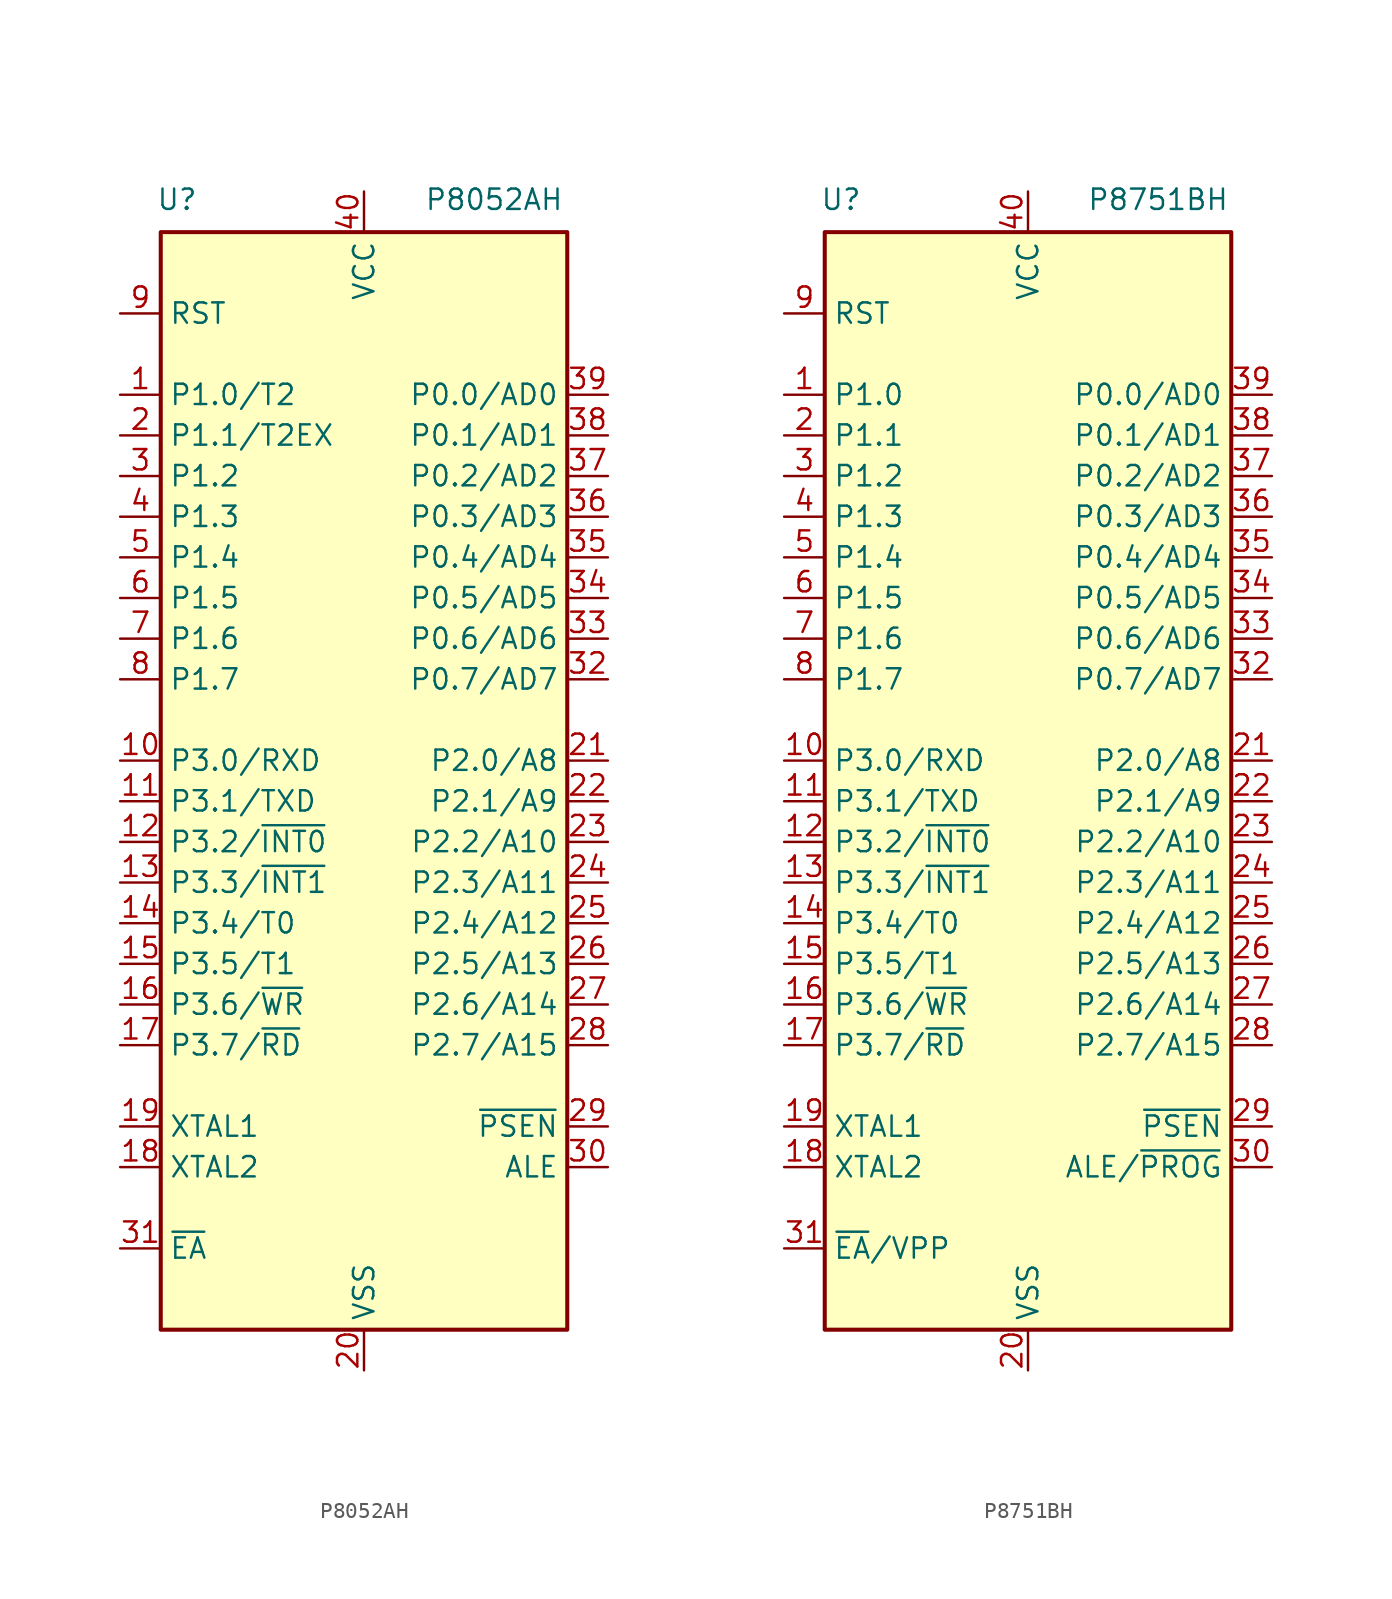
<source format=kicad_sym>
(kicad_symbol_lib
  (version 20241209)
  (generator "kicad_symbol_editor")
  (generator_version "9.0")
  (symbol "P8052AH"
    (property "Reference" "U"
      (at -11.684 35.052 0)
      (effects (font (size 1.27 1.27))))
    (property "Value" "P8052AH"
      (at 8.128 35.052 0)
      (effects (font (size 1.27 1.27))))
    (symbol "P8052AH_1_0"
      (pin bidirectional line (at -15.24 17.78 0) (length 2.54) (name "P1.2" (effects (font (size 1.27 1.27)))) (number "3" (effects (font (size 1.27 1.27))))))
    (symbol "P8052AH_1_1"
      (polyline (pts (xy -12.7 33.02) (xy 12.7 33.02) (xy 12.7 -35.56) (xy -12.7 -35.56) (xy -12.7 33.02)) (stroke (width 0.254) (type default)) (fill (type background)))
      (pin input line (at -15.24 27.94 0) (length 2.54) (name "RST" (effects (font (size 1.27 1.27)))) (number "9" (effects (font (size 1.27 1.27)))))
      (pin bidirectional line (at -15.24 22.86 0) (length 2.54) (name "P1.0/T2" (effects (font (size 1.27 1.27)))) (number "1" (effects (font (size 1.27 1.27)))))
      (pin bidirectional line (at -15.24 20.32 0) (length 2.54) (name "P1.1/T2EX" (effects (font (size 1.27 1.27)))) (number "2" (effects (font (size 1.27 1.27)))))
      (pin bidirectional line (at -15.24 15.24 0) (length 2.54) (name "P1.3" (effects (font (size 1.27 1.27)))) (number "4" (effects (font (size 1.27 1.27)))))
      (pin bidirectional line (at -15.24 12.7 0) (length 2.54) (name "P1.4" (effects (font (size 1.27 1.27)))) (number "5" (effects (font (size 1.27 1.27)))))
      (pin bidirectional line (at -15.24 10.16 0) (length 2.54) (name "P1.5" (effects (font (size 1.27 1.27)))) (number "6" (effects (font (size 1.27 1.27)))) (alternate "MOSI" output line))
      (pin bidirectional line (at -15.24 7.62 0) (length 2.54) (name "P1.6" (effects (font (size 1.27 1.27)))) (number "7" (effects (font (size 1.27 1.27)))) (alternate "MISO" input line))
      (pin bidirectional line (at -15.24 5.08 0) (length 2.54) (name "P1.7" (effects (font (size 1.27 1.27)))) (number "8" (effects (font (size 1.27 1.27)))))
      (pin bidirectional line (at -15.24 0 0) (length 2.54) (name "P3.0/RXD" (effects (font (size 1.27 1.27)))) (number "10" (effects (font (size 1.27 1.27)))) (alternate "RXD" input line))
      (pin bidirectional line (at -15.24 -2.54 0) (length 2.54) (name "P3.1/TXD" (effects (font (size 1.27 1.27)))) (number "11" (effects (font (size 1.27 1.27)))) (alternate "TXD" output line))
      (pin bidirectional line (at -15.24 -5.08 0) (length 2.54) (name "P3.2/~{INT0}" (effects (font (size 1.27 1.27)))) (number "12" (effects (font (size 1.27 1.27)))) (alternate "~{INT0}" input line))
      (pin bidirectional line (at -15.24 -7.62 0) (length 2.54) (name "P3.3/~{INT1}" (effects (font (size 1.27 1.27)))) (number "13" (effects (font (size 1.27 1.27)))) (alternate "~{INT1}" input line))
      (pin bidirectional line (at -15.24 -10.16 0) (length 2.54) (name "P3.4/T0" (effects (font (size 1.27 1.27)))) (number "14" (effects (font (size 1.27 1.27)))) (alternate "T0" input line))
      (pin bidirectional line (at -15.24 -12.7 0) (length 2.54) (name "P3.5/T1" (effects (font (size 1.27 1.27)))) (number "15" (effects (font (size 1.27 1.27)))) (alternate "T1" input line))
      (pin bidirectional line (at -15.24 -15.24 0) (length 2.54) (name "P3.6/~{WR}" (effects (font (size 1.27 1.27)))) (number "16" (effects (font (size 1.27 1.27)))) (alternate "~{WR}" output line))
      (pin bidirectional line (at -15.24 -17.78 0) (length 2.54) (name "P3.7/~{RD}" (effects (font (size 1.27 1.27)))) (number "17" (effects (font (size 1.27 1.27)))) (alternate "~{RD}" input line))
      (pin input line (at -15.24 -22.86 0) (length 2.54) (name "XTAL1" (effects (font (size 1.27 1.27)))) (number "19" (effects (font (size 1.27 1.27)))))
      (pin output line (at -15.24 -25.4 0) (length 2.54) (name "XTAL2" (effects (font (size 1.27 1.27)))) (number "18" (effects (font (size 1.27 1.27)))))
      (pin input line (at -15.24 -30.48 0) (length 2.54) (name "~{EA}" (effects (font (size 1.27 1.27)))) (number "31" (effects (font (size 1.27 1.27)))))
      (pin power_in line (at 0 35.56 270) (length 2.54) (name "VCC" (effects (font (size 1.27 1.27)))) (number "40" (effects (font (size 1.27 1.27)))))
      (pin power_in line (at 0 -38.1 90) (length 2.54) (name "VSS" (effects (font (size 1.27 1.27)))) (number "20" (effects (font (size 1.27 1.27)))))
      (pin bidirectional line (at 15.24 22.86 180) (length 2.54) (name "P0.0/AD0" (effects (font (size 1.27 1.27)))) (number "39" (effects (font (size 1.27 1.27)))))
      (pin bidirectional line (at 15.24 20.32 180) (length 2.54) (name "P0.1/AD1" (effects (font (size 1.27 1.27)))) (number "38" (effects (font (size 1.27 1.27)))))
      (pin bidirectional line (at 15.24 17.78 180) (length 2.54) (name "P0.2/AD2" (effects (font (size 1.27 1.27)))) (number "37" (effects (font (size 1.27 1.27)))))
      (pin bidirectional line (at 15.24 15.24 180) (length 2.54) (name "P0.3/AD3" (effects (font (size 1.27 1.27)))) (number "36" (effects (font (size 1.27 1.27)))))
      (pin bidirectional line (at 15.24 12.7 180) (length 2.54) (name "P0.4/AD4" (effects (font (size 1.27 1.27)))) (number "35" (effects (font (size 1.27 1.27)))))
      (pin bidirectional line (at 15.24 10.16 180) (length 2.54) (name "P0.5/AD5" (effects (font (size 1.27 1.27)))) (number "34" (effects (font (size 1.27 1.27)))))
      (pin bidirectional line (at 15.24 7.62 180) (length 2.54) (name "P0.6/AD6" (effects (font (size 1.27 1.27)))) (number "33" (effects (font (size 1.27 1.27)))))
      (pin bidirectional line (at 15.24 5.08 180) (length 2.54) (name "P0.7/AD7" (effects (font (size 1.27 1.27)))) (number "32" (effects (font (size 1.27 1.27)))))
      (pin bidirectional line (at 15.24 0 180) (length 2.54) (name "P2.0/A8" (effects (font (size 1.27 1.27)))) (number "21" (effects (font (size 1.27 1.27)))))
      (pin bidirectional line (at 15.24 -2.54 180) (length 2.54) (name "P2.1/A9" (effects (font (size 1.27 1.27)))) (number "22" (effects (font (size 1.27 1.27)))))
      (pin bidirectional line (at 15.24 -5.08 180) (length 2.54) (name "P2.2/A10" (effects (font (size 1.27 1.27)))) (number "23" (effects (font (size 1.27 1.27)))))
      (pin bidirectional line (at 15.24 -7.62 180) (length 2.54) (name "P2.3/A11" (effects (font (size 1.27 1.27)))) (number "24" (effects (font (size 1.27 1.27)))))
      (pin bidirectional line (at 15.24 -10.16 180) (length 2.54) (name "P2.4/A12" (effects (font (size 1.27 1.27)))) (number "25" (effects (font (size 1.27 1.27)))))
      (pin bidirectional line (at 15.24 -12.7 180) (length 2.54) (name "P2.5/A13" (effects (font (size 1.27 1.27)))) (number "26" (effects (font (size 1.27 1.27)))))
      (pin bidirectional line (at 15.24 -15.24 180) (length 2.54) (name "P2.6/A14" (effects (font (size 1.27 1.27)))) (number "27" (effects (font (size 1.27 1.27)))))
      (pin bidirectional line (at 15.24 -17.78 180) (length 2.54) (name "P2.7/A15" (effects (font (size 1.27 1.27)))) (number "28" (effects (font (size 1.27 1.27)))))
      (pin output line (at 15.24 -22.86 180) (length 2.54) (name "~{PSEN}" (effects (font (size 1.27 1.27)))) (number "29" (effects (font (size 1.27 1.27)))))
      (pin output line (at 15.24 -25.4 180) (length 2.54) (name "ALE" (effects (font (size 1.27 1.27)))) (number "30" (effects (font (size 1.27 1.27)))) (alternate "~{PROG}" input line))))
  (symbol "P8751BH"
    (property "Reference" "U"
      (at -11.684 35.052 0)
      (effects (font (size 1.27 1.27))))
    (property "Value" "P8751BH"
      (at 8.128 35.052 0)
      (effects (font (size 1.27 1.27))))
    (symbol "P8751BH_1_0"
      (pin bidirectional line (at -15.24 17.78 0) (length 2.54) (name "P1.2" (effects (font (size 1.27 1.27)))) (number "3" (effects (font (size 1.27 1.27))))))
    (symbol "P8751BH_1_1"
      (polyline (pts (xy -12.7 33.02) (xy 12.7 33.02) (xy 12.7 -35.56) (xy -12.7 -35.56) (xy -12.7 33.02)) (stroke (width 0.254) (type default)) (fill (type background)))
      (pin input line (at -15.24 27.94 0) (length 2.54) (name "RST" (effects (font (size 1.27 1.27)))) (number "9" (effects (font (size 1.27 1.27)))))
      (pin bidirectional line (at -15.24 22.86 0) (length 2.54) (name "P1.0" (effects (font (size 1.27 1.27)))) (number "1" (effects (font (size 1.27 1.27)))))
      (pin bidirectional line (at -15.24 20.32 0) (length 2.54) (name "P1.1" (effects (font (size 1.27 1.27)))) (number "2" (effects (font (size 1.27 1.27)))))
      (pin bidirectional line (at -15.24 15.24 0) (length 2.54) (name "P1.3" (effects (font (size 1.27 1.27)))) (number "4" (effects (font (size 1.27 1.27)))))
      (pin bidirectional line (at -15.24 12.7 0) (length 2.54) (name "P1.4" (effects (font (size 1.27 1.27)))) (number "5" (effects (font (size 1.27 1.27)))))
      (pin bidirectional line (at -15.24 10.16 0) (length 2.54) (name "P1.5" (effects (font (size 1.27 1.27)))) (number "6" (effects (font (size 1.27 1.27)))) (alternate "MOSI" output line))
      (pin bidirectional line (at -15.24 7.62 0) (length 2.54) (name "P1.6" (effects (font (size 1.27 1.27)))) (number "7" (effects (font (size 1.27 1.27)))) (alternate "MISO" input line))
      (pin bidirectional line (at -15.24 5.08 0) (length 2.54) (name "P1.7" (effects (font (size 1.27 1.27)))) (number "8" (effects (font (size 1.27 1.27)))))
      (pin bidirectional line (at -15.24 0 0) (length 2.54) (name "P3.0/RXD" (effects (font (size 1.27 1.27)))) (number "10" (effects (font (size 1.27 1.27)))) (alternate "RXD" input line))
      (pin bidirectional line (at -15.24 -2.54 0) (length 2.54) (name "P3.1/TXD" (effects (font (size 1.27 1.27)))) (number "11" (effects (font (size 1.27 1.27)))) (alternate "TXD" output line))
      (pin bidirectional line (at -15.24 -5.08 0) (length 2.54) (name "P3.2/~{INT0}" (effects (font (size 1.27 1.27)))) (number "12" (effects (font (size 1.27 1.27)))) (alternate "~{INT0}" input line))
      (pin bidirectional line (at -15.24 -7.62 0) (length 2.54) (name "P3.3/~{INT1}" (effects (font (size 1.27 1.27)))) (number "13" (effects (font (size 1.27 1.27)))) (alternate "~{INT1}" input line))
      (pin bidirectional line (at -15.24 -10.16 0) (length 2.54) (name "P3.4/T0" (effects (font (size 1.27 1.27)))) (number "14" (effects (font (size 1.27 1.27)))) (alternate "T0" input line))
      (pin bidirectional line (at -15.24 -12.7 0) (length 2.54) (name "P3.5/T1" (effects (font (size 1.27 1.27)))) (number "15" (effects (font (size 1.27 1.27)))) (alternate "T1" input line))
      (pin bidirectional line (at -15.24 -15.24 0) (length 2.54) (name "P3.6/~{WR}" (effects (font (size 1.27 1.27)))) (number "16" (effects (font (size 1.27 1.27)))) (alternate "~{WR}" output line))
      (pin bidirectional line (at -15.24 -17.78 0) (length 2.54) (name "P3.7/~{RD}" (effects (font (size 1.27 1.27)))) (number "17" (effects (font (size 1.27 1.27)))) (alternate "~{RD}" input line))
      (pin input line (at -15.24 -22.86 0) (length 2.54) (name "XTAL1" (effects (font (size 1.27 1.27)))) (number "19" (effects (font (size 1.27 1.27)))))
      (pin output line (at -15.24 -25.4 0) (length 2.54) (name "XTAL2" (effects (font (size 1.27 1.27)))) (number "18" (effects (font (size 1.27 1.27)))))
      (pin input line (at -15.24 -30.48 0) (length 2.54) (name "~{EA}/VPP" (effects (font (size 1.27 1.27)))) (number "31" (effects (font (size 1.27 1.27)))))
      (pin power_in line (at 0 35.56 270) (length 2.54) (name "VCC" (effects (font (size 1.27 1.27)))) (number "40" (effects (font (size 1.27 1.27)))))
      (pin power_in line (at 0 -38.1 90) (length 2.54) (name "VSS" (effects (font (size 1.27 1.27)))) (number "20" (effects (font (size 1.27 1.27)))))
      (pin bidirectional line (at 15.24 22.86 180) (length 2.54) (name "P0.0/AD0" (effects (font (size 1.27 1.27)))) (number "39" (effects (font (size 1.27 1.27)))))
      (pin bidirectional line (at 15.24 20.32 180) (length 2.54) (name "P0.1/AD1" (effects (font (size 1.27 1.27)))) (number "38" (effects (font (size 1.27 1.27)))))
      (pin bidirectional line (at 15.24 17.78 180) (length 2.54) (name "P0.2/AD2" (effects (font (size 1.27 1.27)))) (number "37" (effects (font (size 1.27 1.27)))))
      (pin bidirectional line (at 15.24 15.24 180) (length 2.54) (name "P0.3/AD3" (effects (font (size 1.27 1.27)))) (number "36" (effects (font (size 1.27 1.27)))))
      (pin bidirectional line (at 15.24 12.7 180) (length 2.54) (name "P0.4/AD4" (effects (font (size 1.27 1.27)))) (number "35" (effects (font (size 1.27 1.27)))))
      (pin bidirectional line (at 15.24 10.16 180) (length 2.54) (name "P0.5/AD5" (effects (font (size 1.27 1.27)))) (number "34" (effects (font (size 1.27 1.27)))))
      (pin bidirectional line (at 15.24 7.62 180) (length 2.54) (name "P0.6/AD6" (effects (font (size 1.27 1.27)))) (number "33" (effects (font (size 1.27 1.27)))))
      (pin bidirectional line (at 15.24 5.08 180) (length 2.54) (name "P0.7/AD7" (effects (font (size 1.27 1.27)))) (number "32" (effects (font (size 1.27 1.27)))))
      (pin bidirectional line (at 15.24 0 180) (length 2.54) (name "P2.0/A8" (effects (font (size 1.27 1.27)))) (number "21" (effects (font (size 1.27 1.27)))))
      (pin bidirectional line (at 15.24 -2.54 180) (length 2.54) (name "P2.1/A9" (effects (font (size 1.27 1.27)))) (number "22" (effects (font (size 1.27 1.27)))))
      (pin bidirectional line (at 15.24 -5.08 180) (length 2.54) (name "P2.2/A10" (effects (font (size 1.27 1.27)))) (number "23" (effects (font (size 1.27 1.27)))))
      (pin bidirectional line (at 15.24 -7.62 180) (length 2.54) (name "P2.3/A11" (effects (font (size 1.27 1.27)))) (number "24" (effects (font (size 1.27 1.27)))))
      (pin bidirectional line (at 15.24 -10.16 180) (length 2.54) (name "P2.4/A12" (effects (font (size 1.27 1.27)))) (number "25" (effects (font (size 1.27 1.27)))))
      (pin bidirectional line (at 15.24 -12.7 180) (length 2.54) (name "P2.5/A13" (effects (font (size 1.27 1.27)))) (number "26" (effects (font (size 1.27 1.27)))))
      (pin bidirectional line (at 15.24 -15.24 180) (length 2.54) (name "P2.6/A14" (effects (font (size 1.27 1.27)))) (number "27" (effects (font (size 1.27 1.27)))))
      (pin bidirectional line (at 15.24 -17.78 180) (length 2.54) (name "P2.7/A15" (effects (font (size 1.27 1.27)))) (number "28" (effects (font (size 1.27 1.27)))))
      (pin output line (at 15.24 -22.86 180) (length 2.54) (name "~{PSEN}" (effects (font (size 1.27 1.27)))) (number "29" (effects (font (size 1.27 1.27)))))
      (pin output line (at 15.24 -25.4 180) (length 2.54) (name "ALE/~{PROG}" (effects (font (size 1.27 1.27)))) (number "30" (effects (font (size 1.27 1.27)))) (alternate "~{PROG}" input line)))))
</source>
